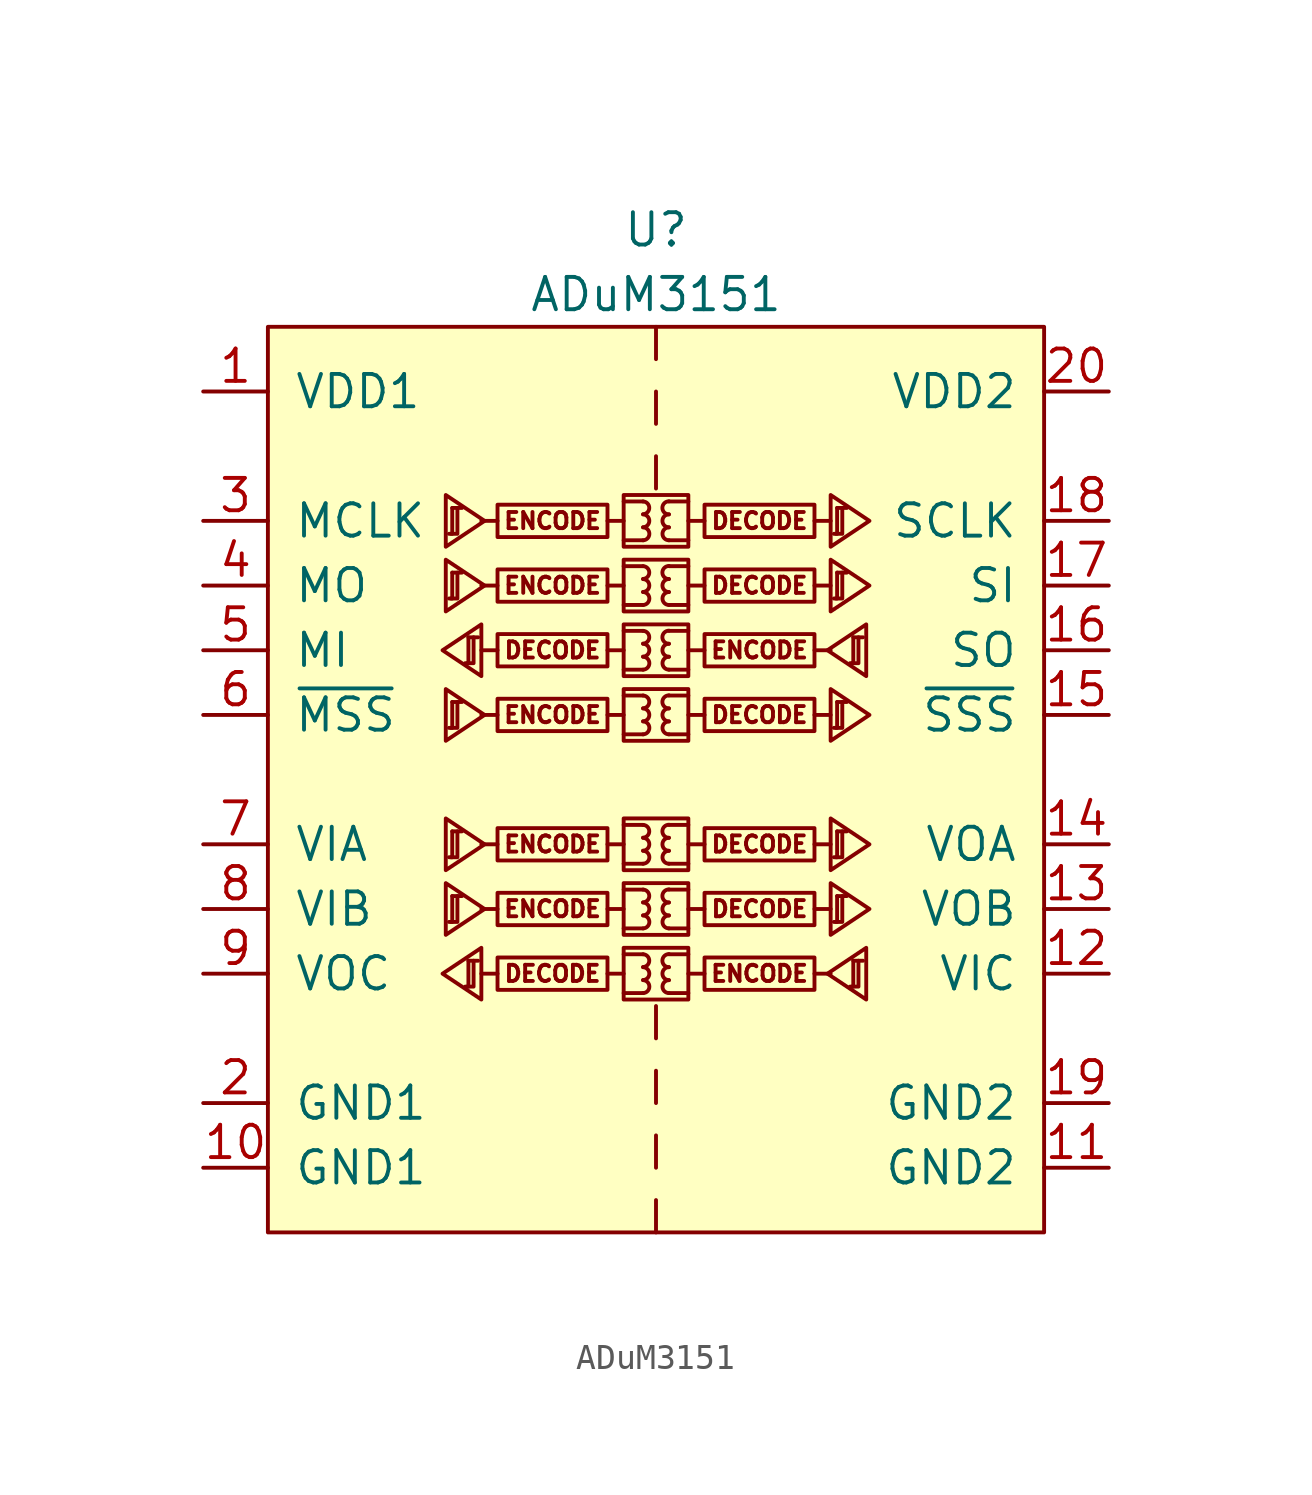
<source format=kicad_sym>
(kicad_symbol_lib
  (version 20220914)
  (generator kicad_symbol_editor)
  (symbol "ADuM3151"
    (pin_names
      (offset 1.016))
    (property "Reference" "U"
      (at 0 21.59 0)
      (effects (font (size 1.27 1.27))))
    (property "Value" "ADuM3151"
      (at 0 19.05 0)
      (effects (font (size 1.27 1.27))))
    (symbol "ADuM3151_0_1"
      (rectangle (start -15.24 17.78) (end 15.24 -17.78) (stroke (width 0) (type default)) (fill (type background)))
      (polyline (pts (xy 0 -16.51) (xy 0 -17.78)) (stroke (width 0) (type default)) (fill (type none)))
      (polyline (pts (xy 0 -13.97) (xy 0 -15.24)) (stroke (width 0) (type default)) (fill (type none)))
      (polyline (pts (xy 0 -11.43) (xy 0 -12.7)) (stroke (width 0) (type default)) (fill (type none)))
      (polyline (pts (xy 0 -8.89) (xy 0 -10.16)) (stroke (width 0) (type default)) (fill (type none)))
      (polyline (pts (xy 0 12.7) (xy 0 11.43)) (stroke (width 0) (type default)) (fill (type none)))
      (polyline (pts (xy 0 15.24) (xy 0 13.97)) (stroke (width 0) (type default)) (fill (type none)))
      (polyline (pts (xy 0 17.78) (xy 0 16.51)) (stroke (width 0) (type default)) (fill (type none))))
    (symbol "ADuM3151_1_1"
      (rectangle (start -1.905 -6.985) (end -6.223 -8.255) (stroke (width 0) (type default)) (fill (type none)))
      (rectangle (start -1.905 -4.445) (end -6.223 -5.715) (stroke (width 0) (type default)) (fill (type none)))
      (rectangle (start -1.905 -1.905) (end -6.223 -3.175) (stroke (width 0) (type default)) (fill (type none)))
      (rectangle (start -1.905 3.175) (end -6.223 1.905) (stroke (width 0) (type default)) (fill (type none)))
      (rectangle (start -1.905 5.715) (end -6.223 4.445) (stroke (width 0) (type default)) (fill (type none)))
      (rectangle (start -1.905 8.255) (end -6.223 6.985) (stroke (width 0) (type default)) (fill (type none)))
      (rectangle (start -1.905 10.795) (end -6.223 9.525) (stroke (width 0) (type default)) (fill (type none)))
      (rectangle (start -1.27 -6.604) (end 1.27 -8.636) (stroke (width 0) (type default)) (fill (type none)))
      (rectangle (start -1.27 -4.064) (end 1.27 -6.096) (stroke (width 0) (type default)) (fill (type none)))
      (rectangle (start -1.27 -1.524) (end 1.27 -3.556) (stroke (width 0) (type default)) (fill (type none)))
      (rectangle (start -1.27 3.556) (end 1.27 1.524) (stroke (width 0) (type default)) (fill (type none)))
      (rectangle (start -1.27 6.096) (end 1.27 4.064) (stroke (width 0) (type default)) (fill (type none)))
      (rectangle (start -1.27 8.636) (end 1.27 6.604) (stroke (width 0) (type default)) (fill (type none)))
      (rectangle (start -1.27 11.176) (end 1.27 9.144) (stroke (width 0) (type default)) (fill (type none)))
      (arc (start -0.508 -8.382) (mid -0.2551 -8.128) (end -0.508 -7.874) (stroke (width 0) (type default)) (fill (type none)))
      (arc (start -0.508 -7.874) (mid -0.2551 -7.62) (end -0.508 -7.366) (stroke (width 0) (type default)) (fill (type none)))
      (arc (start -0.508 -7.366) (mid -0.2551 -7.112) (end -0.508 -6.858) (stroke (width 0) (type default)) (fill (type none)))
      (arc (start -0.508 -5.842) (mid -0.2551 -5.588) (end -0.508 -5.334) (stroke (width 0) (type default)) (fill (type none)))
      (arc (start -0.508 -5.334) (mid -0.2551 -5.08) (end -0.508 -4.826) (stroke (width 0) (type default)) (fill (type none)))
      (arc (start -0.508 -4.826) (mid -0.2551 -4.572) (end -0.508 -4.318) (stroke (width 0) (type default)) (fill (type none)))
      (arc (start -0.508 -3.302) (mid -0.2551 -3.048) (end -0.508 -2.794) (stroke (width 0) (type default)) (fill (type none)))
      (arc (start -0.508 -2.794) (mid -0.2551 -2.54) (end -0.508 -2.286) (stroke (width 0) (type default)) (fill (type none)))
      (arc (start -0.508 -2.286) (mid -0.2551 -2.032) (end -0.508 -1.778) (stroke (width 0) (type default)) (fill (type none)))
      (arc (start -0.508 1.778) (mid -0.2551 2.032) (end -0.508 2.286) (stroke (width 0) (type default)) (fill (type none)))
      (arc (start -0.508 2.286) (mid -0.2551 2.54) (end -0.508 2.794) (stroke (width 0) (type default)) (fill (type none)))
      (arc (start -0.508 2.794) (mid -0.2551 3.048) (end -0.508 3.302) (stroke (width 0) (type default)) (fill (type none)))
      (arc (start -0.508 4.318) (mid -0.2551 4.572) (end -0.508 4.826) (stroke (width 0) (type default)) (fill (type none)))
      (arc (start -0.508 4.826) (mid -0.2551 5.08) (end -0.508 5.334) (stroke (width 0) (type default)) (fill (type none)))
      (arc (start -0.508 5.334) (mid -0.2551 5.588) (end -0.508 5.842) (stroke (width 0) (type default)) (fill (type none)))
      (arc (start -0.508 6.858) (mid -0.2551 7.112) (end -0.508 7.366) (stroke (width 0) (type default)) (fill (type none)))
      (arc (start -0.508 7.366) (mid -0.2551 7.62) (end -0.508 7.874) (stroke (width 0) (type default)) (fill (type none)))
      (arc (start -0.508 7.874) (mid -0.2551 8.128) (end -0.508 8.382) (stroke (width 0) (type default)) (fill (type none)))
      (arc (start -0.508 9.398) (mid -0.2551 9.652) (end -0.508 9.906) (stroke (width 0) (type default)) (fill (type none)))
      (arc (start -0.508 9.906) (mid -0.2551 10.16) (end -0.508 10.414) (stroke (width 0) (type default)) (fill (type none)))
      (arc (start -0.508 10.414) (mid -0.2551 10.668) (end -0.508 10.922) (stroke (width 0) (type default)) (fill (type none)))
      (polyline (pts (xy -8.001 -4.572) (xy -7.62 -4.572)) (stroke (width 0) (type default)) (fill (type none)))
      (polyline (pts (xy -8.001 -2.032) (xy -7.62 -2.032)) (stroke (width 0) (type default)) (fill (type none)))
      (polyline (pts (xy -8.001 3.048) (xy -7.62 3.048)) (stroke (width 0) (type default)) (fill (type none)))
      (polyline (pts (xy -8.001 8.128) (xy -7.62 8.128)) (stroke (width 0) (type default)) (fill (type none)))
      (polyline (pts (xy -8.001 10.668) (xy -7.62 10.668)) (stroke (width 0) (type default)) (fill (type none)))
      (polyline (pts (xy -7.366 -7.112) (xy -6.985 -7.112)) (stroke (width 0) (type default)) (fill (type none)))
      (polyline (pts (xy -7.366 5.588) (xy -6.985 5.588)) (stroke (width 0) (type default)) (fill (type none)))
      (polyline (pts (xy -6.223 -7.62) (xy -6.858 -7.62)) (stroke (width 0) (type default)) (fill (type none)))
      (polyline (pts (xy -6.223 -5.08) (xy -6.858 -5.08)) (stroke (width 0) (type default)) (fill (type none)))
      (polyline (pts (xy -6.223 -2.54) (xy -6.858 -2.54)) (stroke (width 0) (type default)) (fill (type none)))
      (polyline (pts (xy -6.223 2.54) (xy -6.858 2.54)) (stroke (width 0) (type default)) (fill (type none)))
      (polyline (pts (xy -6.223 5.08) (xy -6.858 5.08)) (stroke (width 0) (type default)) (fill (type none)))
      (polyline (pts (xy -6.223 7.62) (xy -6.858 7.62)) (stroke (width 0) (type default)) (fill (type none)))
      (polyline (pts (xy -6.223 10.16) (xy -6.858 10.16)) (stroke (width 0) (type default)) (fill (type none)))
      (polyline (pts (xy -1.905 -7.62) (xy -1.27 -7.62)) (stroke (width 0) (type default)) (fill (type none)))
      (polyline (pts (xy -1.905 -5.08) (xy -1.27 -5.08)) (stroke (width 0) (type default)) (fill (type none)))
      (polyline (pts (xy -1.905 -2.54) (xy -1.27 -2.54)) (stroke (width 0) (type default)) (fill (type none)))
      (polyline (pts (xy -1.905 2.54) (xy -1.27 2.54)) (stroke (width 0) (type default)) (fill (type none)))
      (polyline (pts (xy -1.905 5.08) (xy -1.27 5.08)) (stroke (width 0) (type default)) (fill (type none)))
      (polyline (pts (xy -1.905 7.62) (xy -1.27 7.62)) (stroke (width 0) (type default)) (fill (type none)))
      (polyline (pts (xy -1.905 10.16) (xy -1.27 10.16)) (stroke (width 0) (type default)) (fill (type none)))
      (polyline (pts (xy -1.27 -8.382) (xy -0.508 -8.382)) (stroke (width 0) (type default)) (fill (type none)))
      (polyline (pts (xy -1.27 -6.858) (xy -0.508 -6.858)) (stroke (width 0) (type default)) (fill (type none)))
      (polyline (pts (xy -1.27 -5.842) (xy -0.508 -5.842)) (stroke (width 0) (type default)) (fill (type none)))
      (polyline (pts (xy -1.27 -4.318) (xy -0.508 -4.318)) (stroke (width 0) (type default)) (fill (type none)))
      (polyline (pts (xy -1.27 -3.302) (xy -0.508 -3.302)) (stroke (width 0) (type default)) (fill (type none)))
      (polyline (pts (xy -1.27 -1.778) (xy -0.508 -1.778)) (stroke (width 0) (type default)) (fill (type none)))
      (polyline (pts (xy -1.27 1.778) (xy -0.508 1.778)) (stroke (width 0) (type default)) (fill (type none)))
      (polyline (pts (xy -1.27 3.302) (xy -0.508 3.302)) (stroke (width 0) (type default)) (fill (type none)))
      (polyline (pts (xy -1.27 4.318) (xy -0.508 4.318)) (stroke (width 0) (type default)) (fill (type none)))
      (polyline (pts (xy -1.27 5.842) (xy -0.508 5.842)) (stroke (width 0) (type default)) (fill (type none)))
      (polyline (pts (xy -1.27 6.858) (xy -0.508 6.858)) (stroke (width 0) (type default)) (fill (type none)))
      (polyline (pts (xy -1.27 8.382) (xy -0.508 8.382)) (stroke (width 0) (type default)) (fill (type none)))
      (polyline (pts (xy -1.27 9.398) (xy -0.508 9.398)) (stroke (width 0) (type default)) (fill (type none)))
      (polyline (pts (xy -1.27 10.922) (xy -0.508 10.922)) (stroke (width 0) (type default)) (fill (type none)))
      (polyline (pts (xy 1.27 -8.382) (xy 0.508 -8.382)) (stroke (width 0) (type default)) (fill (type none)))
      (polyline (pts (xy 1.27 -6.858) (xy 0.508 -6.858)) (stroke (width 0) (type default)) (fill (type none)))
      (polyline (pts (xy 1.27 -5.842) (xy 0.508 -5.842)) (stroke (width 0) (type default)) (fill (type none)))
      (polyline (pts (xy 1.27 -4.318) (xy 0.508 -4.318)) (stroke (width 0) (type default)) (fill (type none)))
      (polyline (pts (xy 1.27 -3.302) (xy 0.508 -3.302)) (stroke (width 0) (type default)) (fill (type none)))
      (polyline (pts (xy 1.27 -1.778) (xy 0.508 -1.778)) (stroke (width 0) (type default)) (fill (type none)))
      (polyline (pts (xy 1.27 1.778) (xy 0.508 1.778)) (stroke (width 0) (type default)) (fill (type none)))
      (polyline (pts (xy 1.27 3.302) (xy 0.508 3.302)) (stroke (width 0) (type default)) (fill (type none)))
      (polyline (pts (xy 1.27 4.318) (xy 0.508 4.318)) (stroke (width 0) (type default)) (fill (type none)))
      (polyline (pts (xy 1.27 5.842) (xy 0.508 5.842)) (stroke (width 0) (type default)) (fill (type none)))
      (polyline (pts (xy 1.27 6.858) (xy 0.508 6.858)) (stroke (width 0) (type default)) (fill (type none)))
      (polyline (pts (xy 1.27 8.382) (xy 0.508 8.382)) (stroke (width 0) (type default)) (fill (type none)))
      (polyline (pts (xy 1.27 9.398) (xy 0.508 9.398)) (stroke (width 0) (type default)) (fill (type none)))
      (polyline (pts (xy 1.27 10.922) (xy 0.508 10.922)) (stroke (width 0) (type default)) (fill (type none)))
      (polyline (pts (xy 1.905 -7.62) (xy 1.27 -7.62)) (stroke (width 0) (type default)) (fill (type none)))
      (polyline (pts (xy 1.905 -5.08) (xy 1.27 -5.08)) (stroke (width 0) (type default)) (fill (type none)))
      (polyline (pts (xy 1.905 -2.54) (xy 1.27 -2.54)) (stroke (width 0) (type default)) (fill (type none)))
      (polyline (pts (xy 1.905 2.54) (xy 1.27 2.54)) (stroke (width 0) (type default)) (fill (type none)))
      (polyline (pts (xy 1.905 5.08) (xy 1.27 5.08)) (stroke (width 0) (type default)) (fill (type none)))
      (polyline (pts (xy 1.905 7.62) (xy 1.27 7.62)) (stroke (width 0) (type default)) (fill (type none)))
      (polyline (pts (xy 1.905 10.16) (xy 1.27 10.16)) (stroke (width 0) (type default)) (fill (type none)))
      (polyline (pts (xy 6.223 -7.62) (xy 6.858 -7.62)) (stroke (width 0) (type default)) (fill (type none)))
      (polyline (pts (xy 6.223 -5.08) (xy 6.858 -5.08)) (stroke (width 0) (type default)) (fill (type none)))
      (polyline (pts (xy 6.223 -2.54) (xy 6.858 -2.54)) (stroke (width 0) (type default)) (fill (type none)))
      (polyline (pts (xy 6.223 2.54) (xy 6.858 2.54)) (stroke (width 0) (type default)) (fill (type none)))
      (polyline (pts (xy 6.223 5.08) (xy 6.858 5.08)) (stroke (width 0) (type default)) (fill (type none)))
      (polyline (pts (xy 6.223 7.62) (xy 6.858 7.62)) (stroke (width 0) (type default)) (fill (type none)))
      (polyline (pts (xy 6.223 10.16) (xy 6.858 10.16)) (stroke (width 0) (type default)) (fill (type none)))
      (polyline (pts (xy 7.112 -4.572) (xy 7.493 -4.572)) (stroke (width 0) (type default)) (fill (type none)))
      (polyline (pts (xy 7.112 -2.032) (xy 7.493 -2.032)) (stroke (width 0) (type default)) (fill (type none)))
      (polyline (pts (xy 7.112 3.048) (xy 7.493 3.048)) (stroke (width 0) (type default)) (fill (type none)))
      (polyline (pts (xy 7.112 8.128) (xy 7.493 8.128)) (stroke (width 0) (type default)) (fill (type none)))
      (polyline (pts (xy 7.112 10.668) (xy 7.493 10.668)) (stroke (width 0) (type default)) (fill (type none)))
      (polyline (pts (xy 7.747 -7.112) (xy 8.128 -7.112)) (stroke (width 0) (type default)) (fill (type none)))
      (polyline (pts (xy 7.747 5.588) (xy 8.128 5.588)) (stroke (width 0) (type default)) (fill (type none)))
      (polyline (pts (xy -8.052 -5.588) (xy -7.798 -5.588) (xy -7.798 -4.572)) (stroke (width 0) (type default)) (fill (type none)))
      (polyline (pts (xy -8.052 -3.048) (xy -7.798 -3.048) (xy -7.798 -2.032)) (stroke (width 0) (type default)) (fill (type none)))
      (polyline (pts (xy -8.052 2.032) (xy -7.798 2.032) (xy -7.798 3.048)) (stroke (width 0) (type default)) (fill (type none)))
      (polyline (pts (xy -8.052 7.112) (xy -7.798 7.112) (xy -7.798 8.128)) (stroke (width 0) (type default)) (fill (type none)))
      (polyline (pts (xy -8.052 9.652) (xy -7.798 9.652) (xy -7.798 10.668)) (stroke (width 0) (type default)) (fill (type none)))
      (polyline (pts (xy -8.001 -4.572) (xy -8.001 -5.588) (xy -8.128 -5.588)) (stroke (width 0) (type default)) (fill (type none)))
      (polyline (pts (xy -8.001 -2.032) (xy -8.001 -3.048) (xy -8.128 -3.048)) (stroke (width 0) (type default)) (fill (type none)))
      (polyline (pts (xy -8.001 3.048) (xy -8.001 2.032) (xy -8.128 2.032)) (stroke (width 0) (type default)) (fill (type none)))
      (polyline (pts (xy -8.001 8.128) (xy -8.001 7.112) (xy -8.128 7.112)) (stroke (width 0) (type default)) (fill (type none)))
      (polyline (pts (xy -8.001 10.668) (xy -8.001 9.652) (xy -8.128 9.652)) (stroke (width 0) (type default)) (fill (type none)))
      (polyline (pts (xy -7.417 -8.128) (xy -7.163 -8.128) (xy -7.163 -7.112)) (stroke (width 0) (type default)) (fill (type none)))
      (polyline (pts (xy -7.417 4.572) (xy -7.163 4.572) (xy -7.163 5.588)) (stroke (width 0) (type default)) (fill (type none)))
      (polyline (pts (xy -7.366 -7.112) (xy -7.366 -8.128) (xy -7.493 -8.128)) (stroke (width 0) (type default)) (fill (type none)))
      (polyline (pts (xy -7.366 5.588) (xy -7.366 4.572) (xy -7.493 4.572)) (stroke (width 0) (type default)) (fill (type none)))
      (polyline (pts (xy 7.061 -5.588) (xy 7.315 -5.588) (xy 7.315 -4.572)) (stroke (width 0) (type default)) (fill (type none)))
      (polyline (pts (xy 7.061 -3.048) (xy 7.315 -3.048) (xy 7.315 -2.032)) (stroke (width 0) (type default)) (fill (type none)))
      (polyline (pts (xy 7.061 2.032) (xy 7.315 2.032) (xy 7.315 3.048)) (stroke (width 0) (type default)) (fill (type none)))
      (polyline (pts (xy 7.061 7.112) (xy 7.315 7.112) (xy 7.315 8.128)) (stroke (width 0) (type default)) (fill (type none)))
      (polyline (pts (xy 7.061 9.652) (xy 7.315 9.652) (xy 7.315 10.668)) (stroke (width 0) (type default)) (fill (type none)))
      (polyline (pts (xy 7.112 -4.572) (xy 7.112 -5.588) (xy 6.985 -5.588)) (stroke (width 0) (type default)) (fill (type none)))
      (polyline (pts (xy 7.112 -2.032) (xy 7.112 -3.048) (xy 6.985 -3.048)) (stroke (width 0) (type default)) (fill (type none)))
      (polyline (pts (xy 7.112 3.048) (xy 7.112 2.032) (xy 6.985 2.032)) (stroke (width 0) (type default)) (fill (type none)))
      (polyline (pts (xy 7.112 8.128) (xy 7.112 7.112) (xy 6.985 7.112)) (stroke (width 0) (type default)) (fill (type none)))
      (polyline (pts (xy 7.112 10.668) (xy 7.112 9.652) (xy 6.985 9.652)) (stroke (width 0) (type default)) (fill (type none)))
      (polyline (pts (xy 7.696 -8.128) (xy 7.95 -8.128) (xy 7.95 -7.112)) (stroke (width 0) (type default)) (fill (type none)))
      (polyline (pts (xy 7.696 4.572) (xy 7.95 4.572) (xy 7.95 5.588)) (stroke (width 0) (type default)) (fill (type none)))
      (polyline (pts (xy 7.747 -7.112) (xy 7.747 -8.128) (xy 7.62 -8.128)) (stroke (width 0) (type default)) (fill (type none)))
      (polyline (pts (xy 7.747 5.588) (xy 7.747 4.572) (xy 7.62 4.572)) (stroke (width 0) (type default)) (fill (type none)))
      (polyline (pts (xy -8.382 -7.62) (xy -6.858 -6.604) (xy -6.858 -8.636) (xy -8.382 -7.62)) (stroke (width 0) (type default)) (fill (type none)))
      (polyline (pts (xy -8.382 5.08) (xy -6.858 6.096) (xy -6.858 4.064) (xy -8.382 5.08)) (stroke (width 0) (type default)) (fill (type none)))
      (polyline (pts (xy -6.731 -5.08) (xy -8.255 -4.064) (xy -8.255 -6.096) (xy -6.731 -5.08)) (stroke (width 0) (type default)) (fill (type none)))
      (polyline (pts (xy -6.731 -2.54) (xy -8.255 -1.524) (xy -8.255 -3.556) (xy -6.731 -2.54)) (stroke (width 0) (type default)) (fill (type none)))
      (polyline (pts (xy -6.731 2.54) (xy -8.255 3.556) (xy -8.255 1.524) (xy -6.731 2.54)) (stroke (width 0) (type default)) (fill (type none)))
      (polyline (pts (xy -6.731 7.62) (xy -8.255 8.636) (xy -8.255 6.604) (xy -6.731 7.62)) (stroke (width 0) (type default)) (fill (type none)))
      (polyline (pts (xy -6.731 10.16) (xy -8.255 11.176) (xy -8.255 9.144) (xy -6.731 10.16)) (stroke (width 0) (type default)) (fill (type none)))
      (polyline (pts (xy 6.731 -7.62) (xy 8.255 -6.604) (xy 8.255 -8.636) (xy 6.731 -7.62)) (stroke (width 0) (type default)) (fill (type none)))
      (polyline (pts (xy 6.731 5.08) (xy 8.255 6.096) (xy 8.255 4.064) (xy 6.731 5.08)) (stroke (width 0) (type default)) (fill (type none)))
      (polyline (pts (xy 8.382 -5.08) (xy 6.858 -4.064) (xy 6.858 -6.096) (xy 8.382 -5.08)) (stroke (width 0) (type default)) (fill (type none)))
      (polyline (pts (xy 8.382 -2.54) (xy 6.858 -1.524) (xy 6.858 -3.556) (xy 8.382 -2.54)) (stroke (width 0) (type default)) (fill (type none)))
      (polyline (pts (xy 8.382 2.54) (xy 6.858 3.556) (xy 6.858 1.524) (xy 8.382 2.54)) (stroke (width 0) (type default)) (fill (type none)))
      (polyline (pts (xy 8.382 7.62) (xy 6.858 8.636) (xy 6.858 6.604) (xy 8.382 7.62)) (stroke (width 0) (type default)) (fill (type none)))
      (polyline (pts (xy 8.382 10.16) (xy 6.858 11.176) (xy 6.858 9.144) (xy 8.382 10.16)) (stroke (width 0) (type default)) (fill (type none)))
      (arc (start 0.508 -7.874) (mid 0.2551 -8.128) (end 0.508 -8.382) (stroke (width 0) (type default)) (fill (type none)))
      (arc (start 0.508 -7.366) (mid 0.2551 -7.62) (end 0.508 -7.874) (stroke (width 0) (type default)) (fill (type none)))
      (arc (start 0.508 -6.858) (mid 0.2551 -7.112) (end 0.508 -7.366) (stroke (width 0) (type default)) (fill (type none)))
      (arc (start 0.508 -5.334) (mid 0.2551 -5.588) (end 0.508 -5.842) (stroke (width 0) (type default)) (fill (type none)))
      (arc (start 0.508 -4.826) (mid 0.2551 -5.08) (end 0.508 -5.334) (stroke (width 0) (type default)) (fill (type none)))
      (arc (start 0.508 -4.318) (mid 0.2551 -4.572) (end 0.508 -4.826) (stroke (width 0) (type default)) (fill (type none)))
      (arc (start 0.508 -2.794) (mid 0.2551 -3.048) (end 0.508 -3.302) (stroke (width 0) (type default)) (fill (type none)))
      (arc (start 0.508 -2.286) (mid 0.2551 -2.54) (end 0.508 -2.794) (stroke (width 0) (type default)) (fill (type none)))
      (arc (start 0.508 -1.778) (mid 0.2551 -2.032) (end 0.508 -2.286) (stroke (width 0) (type default)) (fill (type none)))
      (arc (start 0.508 2.286) (mid 0.2551 2.032) (end 0.508 1.778) (stroke (width 0) (type default)) (fill (type none)))
      (arc (start 0.508 2.794) (mid 0.2551 2.54) (end 0.508 2.286) (stroke (width 0) (type default)) (fill (type none)))
      (arc (start 0.508 3.302) (mid 0.2551 3.048) (end 0.508 2.794) (stroke (width 0) (type default)) (fill (type none)))
      (arc (start 0.508 4.826) (mid 0.2551 4.572) (end 0.508 4.318) (stroke (width 0) (type default)) (fill (type none)))
      (arc (start 0.508 5.334) (mid 0.2551 5.08) (end 0.508 4.826) (stroke (width 0) (type default)) (fill (type none)))
      (arc (start 0.508 5.842) (mid 0.2551 5.588) (end 0.508 5.334) (stroke (width 0) (type default)) (fill (type none)))
      (arc (start 0.508 7.366) (mid 0.2551 7.112) (end 0.508 6.858) (stroke (width 0) (type default)) (fill (type none)))
      (arc (start 0.508 7.874) (mid 0.2551 7.62) (end 0.508 7.366) (stroke (width 0) (type default)) (fill (type none)))
      (arc (start 0.508 8.382) (mid 0.2551 8.128) (end 0.508 7.874) (stroke (width 0) (type default)) (fill (type none)))
      (arc (start 0.508 9.906) (mid 0.2551 9.652) (end 0.508 9.398) (stroke (width 0) (type default)) (fill (type none)))
      (arc (start 0.508 10.414) (mid 0.2551 10.16) (end 0.508 9.906) (stroke (width 0) (type default)) (fill (type none)))
      (arc (start 0.508 10.922) (mid 0.2551 10.668) (end 0.508 10.414) (stroke (width 0) (type default)) (fill (type none)))
      (rectangle (start 1.905 -6.985) (end 6.223 -8.255) (stroke (width 0) (type default)) (fill (type none)))
      (rectangle (start 1.905 -4.445) (end 6.223 -5.715) (stroke (width 0) (type default)) (fill (type none)))
      (rectangle (start 1.905 -1.905) (end 6.223 -3.175) (stroke (width 0) (type default)) (fill (type none)))
      (rectangle (start 1.905 3.175) (end 6.223 1.905) (stroke (width 0) (type default)) (fill (type none)))
      (rectangle (start 1.905 5.715) (end 6.223 4.445) (stroke (width 0) (type default)) (fill (type none)))
      (rectangle (start 1.905 8.255) (end 6.223 6.985) (stroke (width 0) (type default)) (fill (type none)))
      (rectangle (start 1.905 10.795) (end 6.223 9.525) (stroke (width 0) (type default)) (fill (type none)))
      (text "DECODE" (at -4.064 -7.62 0) (effects (font (size 0.635 0.635))))
      (text "DECODE" (at -4.064 5.08 0) (effects (font (size 0.635 0.635))))
      (text "DECODE" (at 4.064 -5.08 0) (effects (font (size 0.635 0.635))))
      (text "DECODE" (at 4.064 -2.54 0) (effects (font (size 0.635 0.635))))
      (text "DECODE" (at 4.064 2.54 0) (effects (font (size 0.635 0.635))))
      (text "DECODE" (at 4.064 7.62 0) (effects (font (size 0.635 0.635))))
      (text "DECODE" (at 4.064 10.16 0) (effects (font (size 0.635 0.635))))
      (text "ENCODE" (at -4.064 -5.08 0) (effects (font (size 0.635 0.635))))
      (text "ENCODE" (at -4.064 -2.54 0) (effects (font (size 0.635 0.635))))
      (text "ENCODE" (at -4.064 2.54 0) (effects (font (size 0.635 0.635))))
      (text "ENCODE" (at -4.064 7.62 0) (effects (font (size 0.635 0.635))))
      (text "ENCODE" (at -4.064 10.16 0) (effects (font (size 0.635 0.635))))
      (text "ENCODE" (at 4.064 -7.62 0) (effects (font (size 0.635 0.635))))
      (text "ENCODE" (at 4.064 5.08 0) (effects (font (size 0.635 0.635))))
      (pin passive line (at -17.78 15.24 0) (length 2.54) (name "VDD1" (effects (font (size 1.27 1.27)))) (number "1" (effects (font (size 1.27 1.27)))))
      (pin passive line (at -17.78 -15.24 0) (length 2.54) (name "GND1" (effects (font (size 1.27 1.27)))) (number "10" (effects (font (size 1.27 1.27)))))
      (pin passive line (at 17.78 -15.24 180) (length 2.54) (name "GND2" (effects (font (size 1.27 1.27)))) (number "11" (effects (font (size 1.27 1.27)))))
      (pin bidirectional line (at 17.78 -7.62 180) (length 2.54) (name "VIC" (effects (font (size 1.27 1.27)))) (number "12" (effects (font (size 1.27 1.27)))))
      (pin bidirectional line (at 17.78 -5.08 180) (length 2.54) (name "VOB" (effects (font (size 1.27 1.27)))) (number "13" (effects (font (size 1.27 1.27)))))
      (pin bidirectional line (at 17.78 -2.54 180) (length 2.54) (name "VOA" (effects (font (size 1.27 1.27)))) (number "14" (effects (font (size 1.27 1.27)))))
      (pin bidirectional line (at 17.78 2.54 180) (length 2.54) (name "~{SSS}" (effects (font (size 1.27 1.27)))) (number "15" (effects (font (size 1.27 1.27)))))
      (pin bidirectional line (at 17.78 5.08 180) (length 2.54) (name "SO" (effects (font (size 1.27 1.27)))) (number "16" (effects (font (size 1.27 1.27)))))
      (pin bidirectional line (at 17.78 7.62 180) (length 2.54) (name "SI" (effects (font (size 1.27 1.27)))) (number "17" (effects (font (size 1.27 1.27)))))
      (pin bidirectional line (at 17.78 10.16 180) (length 2.54) (name "SCLK" (effects (font (size 1.27 1.27)))) (number "18" (effects (font (size 1.27 1.27)))))
      (pin passive line (at 17.78 -12.7 180) (length 2.54) (name "GND2" (effects (font (size 1.27 1.27)))) (number "19" (effects (font (size 1.27 1.27)))))
      (pin passive line (at -17.78 -12.7 0) (length 2.54) (name "GND1" (effects (font (size 1.27 1.27)))) (number "2" (effects (font (size 1.27 1.27)))))
      (pin passive line (at 17.78 15.24 180) (length 2.54) (name "VDD2" (effects (font (size 1.27 1.27)))) (number "20" (effects (font (size 1.27 1.27)))))
      (pin bidirectional line (at -17.78 10.16 0) (length 2.54) (name "MCLK" (effects (font (size 1.27 1.27)))) (number "3" (effects (font (size 1.27 1.27)))))
      (pin bidirectional line (at -17.78 7.62 0) (length 2.54) (name "MO" (effects (font (size 1.27 1.27)))) (number "4" (effects (font (size 1.27 1.27)))))
      (pin bidirectional line (at -17.78 5.08 0) (length 2.54) (name "MI" (effects (font (size 1.27 1.27)))) (number "5" (effects (font (size 1.27 1.27)))))
      (pin bidirectional line (at -17.78 2.54 0) (length 2.54) (name "~{MSS}" (effects (font (size 1.27 1.27)))) (number "6" (effects (font (size 1.27 1.27)))))
      (pin bidirectional line (at -17.78 -2.54 0) (length 2.54) (name "VIA" (effects (font (size 1.27 1.27)))) (number "7" (effects (font (size 1.27 1.27)))))
      (pin bidirectional line (at -17.78 -5.08 0) (length 2.54) (name "VIB" (effects (font (size 1.27 1.27)))) (number "8" (effects (font (size 1.27 1.27)))))
      (pin bidirectional line (at -17.78 -7.62 0) (length 2.54) (name "VOC" (effects (font (size 1.27 1.27)))) (number "9" (effects (font (size 1.27 1.27))))))))
</source>
